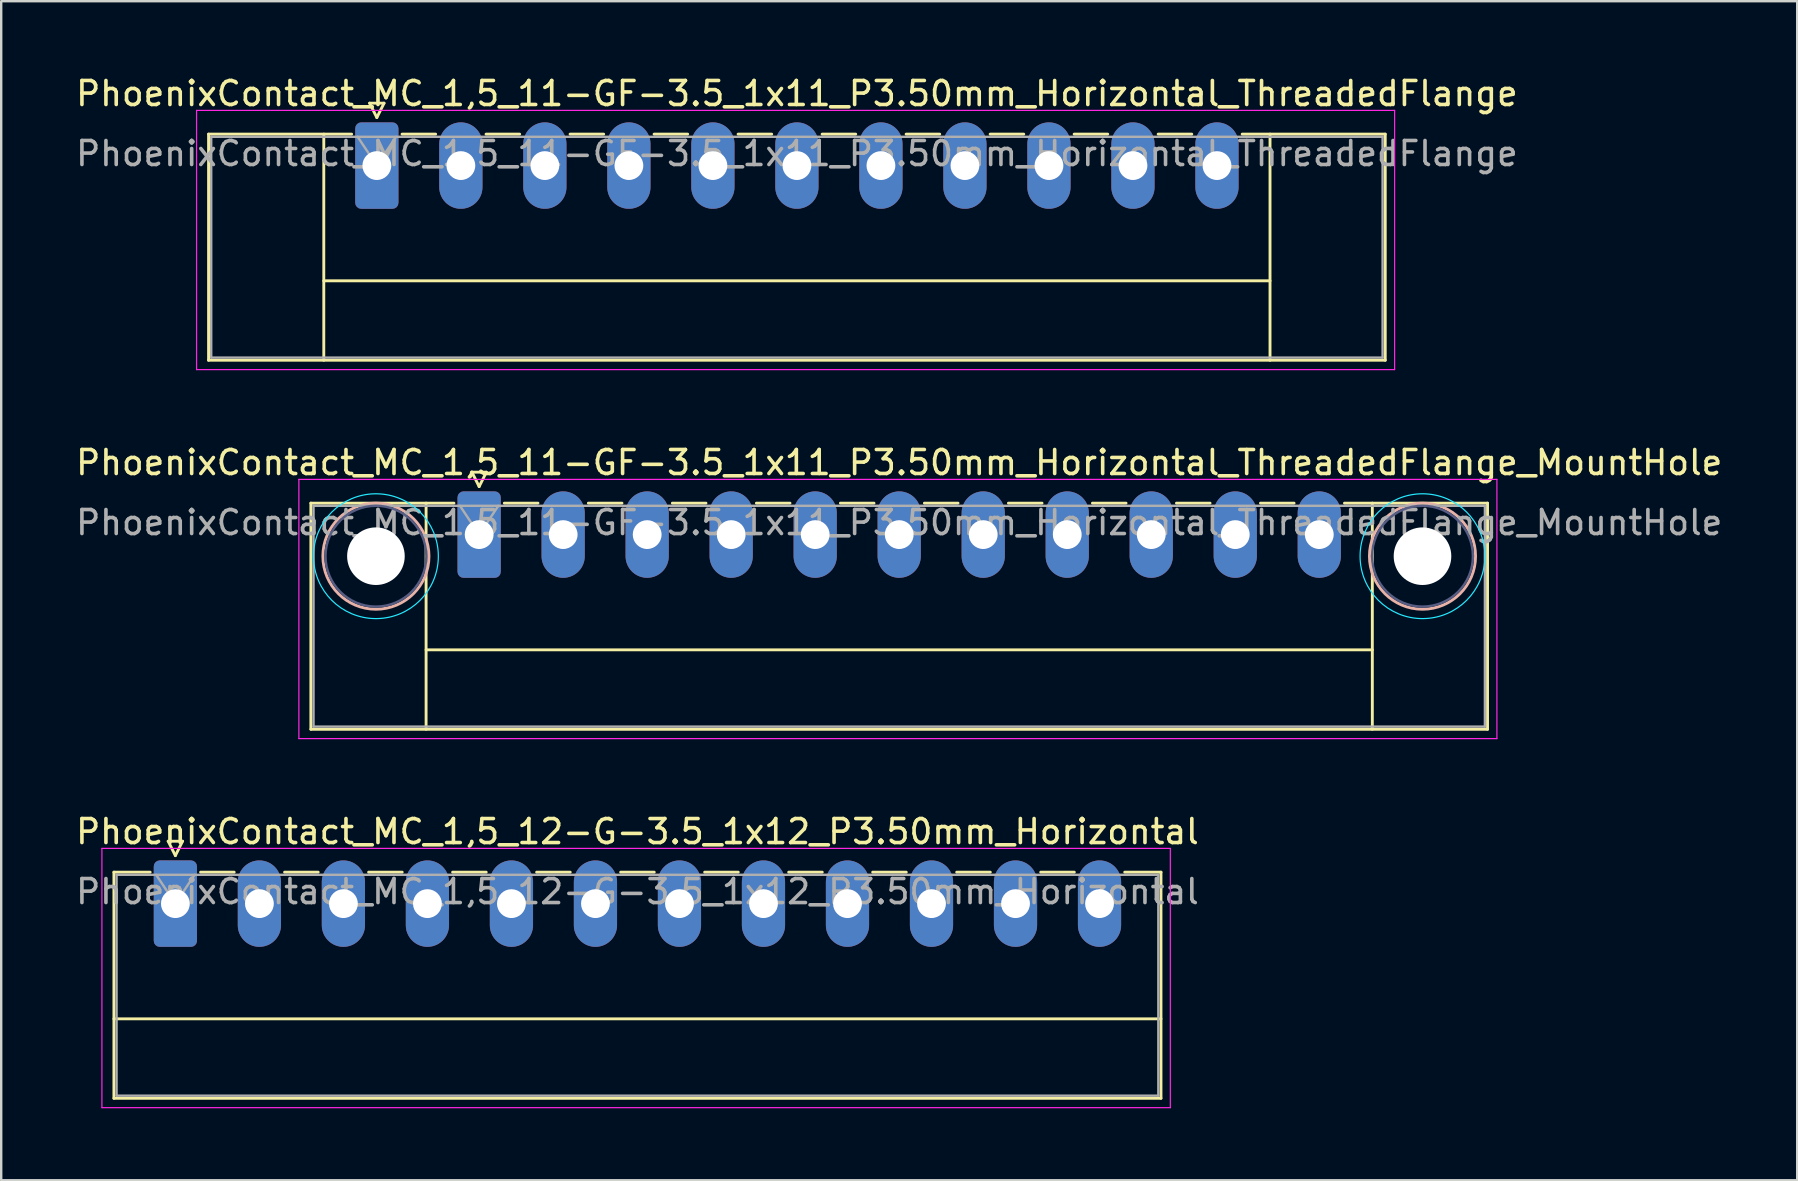
<source format=kicad_pcb>
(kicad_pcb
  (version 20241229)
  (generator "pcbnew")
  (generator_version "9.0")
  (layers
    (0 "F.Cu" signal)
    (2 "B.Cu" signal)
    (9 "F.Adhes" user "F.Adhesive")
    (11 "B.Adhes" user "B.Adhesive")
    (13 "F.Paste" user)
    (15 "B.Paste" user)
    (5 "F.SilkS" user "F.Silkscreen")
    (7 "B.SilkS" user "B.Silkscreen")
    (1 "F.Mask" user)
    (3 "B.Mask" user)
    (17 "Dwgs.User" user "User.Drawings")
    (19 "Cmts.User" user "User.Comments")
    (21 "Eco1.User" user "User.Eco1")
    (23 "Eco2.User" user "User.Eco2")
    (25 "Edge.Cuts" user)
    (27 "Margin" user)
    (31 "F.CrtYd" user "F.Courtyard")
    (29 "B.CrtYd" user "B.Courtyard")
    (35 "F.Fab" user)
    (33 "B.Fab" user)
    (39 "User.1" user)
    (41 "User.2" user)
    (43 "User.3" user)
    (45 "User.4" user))
  (footprint "PhoenixContact_MC_1,5_11-GF-3.5_1x11_P3.50mm_Horizontal_ThreadedFlange_MountHole"
    (layer "F.Cu")
    (at 16.911 19.221)
    (property "Reference" "PhoenixContact_MC_1,5_11-GF-3.5_1x11_P3.50mm_Horizontal_ThreadedFlange_MountHole" (at 17.5 -3 0) (layer "F.SilkS") (effects (font (size 1 1) (thickness 0.15))))
    (attr through_hole)
    (fp_line (start -7.01 -1.31) (end -7.01 8.11) (stroke (width 0.12) (type solid)) (layer "F.SilkS"))
    (fp_line (start -7.01 -1.31) (end -1.05 -1.31) (stroke (width 0.12) (type solid)) (layer "F.SilkS"))
    (fp_line (start -7.01 8.11) (end 42.01 8.11) (stroke (width 0.12) (type solid)) (layer "F.SilkS"))
    (fp_line (start -2.21 -1.31) (end -2.21 8.11) (stroke (width 0.12) (type solid)) (layer "F.SilkS"))
    (fp_line (start -2.21 4.8) (end 37.21 4.8) (stroke (width 0.12) (type solid)) (layer "F.SilkS"))
    (fp_line (start -0.3 -2.6) (end 0.3 -2.6) (stroke (width 0.12) (type solid)) (layer "F.SilkS"))
    (fp_line (start 0 -2) (end -0.3 -2.6) (stroke (width 0.12) (type solid)) (layer "F.SilkS"))
    (fp_line (start 0.3 -2.6) (end 0 -2) (stroke (width 0.12) (type solid)) (layer "F.SilkS"))
    (fp_line (start 1.05 -1.31) (end 2.45 -1.31) (stroke (width 0.12) (type solid)) (layer "F.SilkS"))
    (fp_line (start 4.55 -1.31) (end 5.95 -1.31) (stroke (width 0.12) (type solid)) (layer "F.SilkS"))
    (fp_line (start 8.05 -1.31) (end 9.45 -1.31) (stroke (width 0.12) (type solid)) (layer "F.SilkS"))
    (fp_line (start 11.55 -1.31) (end 12.95 -1.31) (stroke (width 0.12) (type solid)) (layer "F.SilkS"))
    (fp_line (start 15.05 -1.31) (end 16.45 -1.31) (stroke (width 0.12) (type solid)) (layer "F.SilkS"))
    (fp_line (start 18.55 -1.31) (end 19.95 -1.31) (stroke (width 0.12) (type solid)) (layer "F.SilkS"))
    (fp_line (start 22.05 -1.31) (end 23.45 -1.31) (stroke (width 0.12) (type solid)) (layer "F.SilkS"))
    (fp_line (start 25.55 -1.31) (end 26.95 -1.31) (stroke (width 0.12) (type solid)) (layer "F.SilkS"))
    (fp_line (start 29.05 -1.31) (end 30.45 -1.31) (stroke (width 0.12) (type solid)) (layer "F.SilkS"))
    (fp_line (start 32.55 -1.31) (end 33.95 -1.31) (stroke (width 0.12) (type solid)) (layer "F.SilkS"))
    (fp_line (start 37.21 -1.31) (end 37.21 8.11) (stroke (width 0.12) (type solid)) (layer "F.SilkS"))
    (fp_line (start 42.01 -1.31) (end 36.05 -1.31) (stroke (width 0.12) (type solid)) (layer "F.SilkS"))
    (fp_line (start 42.01 8.11) (end 42.01 -1.31) (stroke (width 0.12) (type solid)) (layer "F.SilkS"))
    (fp_circle (center -4.3 0.9) (end -2.09 0.9) (stroke (width 0.12) (type solid)) (fill no) (layer "B.SilkS"))
    (fp_circle (center 39.3 0.9) (end 41.51 0.9) (stroke (width 0.12) (type solid)) (fill no) (layer "B.SilkS"))
    (fp_circle (center -4.3 0.9) (end -1.7 0.9) (stroke (width 0.05) (type solid)) (fill no) (layer "B.CrtYd"))
    (fp_circle (center 39.3 0.9) (end 41.9 0.9) (stroke (width 0.05) (type solid)) (fill no) (layer "B.CrtYd"))
    (fp_line (start -7.51 -2.3) (end -7.51 8.5) (stroke (width 0.05) (type solid)) (layer "F.CrtYd"))
    (fp_line (start -7.51 8.5) (end 42.4 8.5) (stroke (width 0.05) (type solid)) (layer "F.CrtYd"))
    (fp_line (start 42.4 -2.3) (end -7.51 -2.3) (stroke (width 0.05) (type solid)) (layer "F.CrtYd"))
    (fp_line (start 42.4 8.5) (end 42.4 -2.3) (stroke (width 0.05) (type solid)) (layer "F.CrtYd"))
    (fp_circle (center -4.3 0.9) (end -2.2 0.9) (stroke (width 0.1) (type solid)) (fill no) (layer "B.Fab"))
    (fp_circle (center 39.3 0.9) (end 41.4 0.9) (stroke (width 0.1) (type solid)) (fill no) (layer "B.Fab"))
    (fp_line (start -6.9 -1.2) (end -6.9 8) (stroke (width 0.1) (type solid)) (layer "F.Fab"))
    (fp_line (start -6.9 8) (end 41.9 8) (stroke (width 0.1) (type solid)) (layer "F.Fab"))
    (fp_line (start 0 0) (end -0.8 -1.2) (stroke (width 0.1) (type solid)) (layer "F.Fab"))
    (fp_line (start 0.8 -1.2) (end 0 0) (stroke (width 0.1) (type solid)) (layer "F.Fab"))
    (fp_line (start 41.9 -1.2) (end -6.9 -1.2) (stroke (width 0.1) (type solid)) (layer "F.Fab"))
    (fp_line (start 41.9 8) (end 41.9 -1.2) (stroke (width 0.1) (type solid)) (layer "F.Fab"))
    (fp_text user "${REFERENCE}" (at 17.5 -0.5 0) (layer "F.Fab") (effects (font (size 1 1) (thickness 0.15))))
    (pad "" np_thru_hole circle (at -4.3 0.9) (size 2.4 2.4) (drill 2.4) (layers "*.Cu" "*.Mask"))
    (pad "" np_thru_hole circle (at 39.3 0.9) (size 2.4 2.4) (drill 2.4) (layers "*.Cu" "*.Mask"))
    (pad "1" thru_hole roundrect (at 0 0) (size 1.8 3.6) (drill 1.2) (layers "*.Cu" "*.Mask") (roundrect_rratio 0.139))
    (pad "2" thru_hole oval (at 3.5 0) (size 1.8 3.6) (drill 1.2) (layers "*.Cu" "*.Mask"))
    (pad "3" thru_hole oval (at 7 0) (size 1.8 3.6) (drill 1.2) (layers "*.Cu" "*.Mask"))
    (pad "4" thru_hole oval (at 10.5 0) (size 1.8 3.6) (drill 1.2) (layers "*.Cu" "*.Mask"))
    (pad "5" thru_hole oval (at 14 0) (size 1.8 3.6) (drill 1.2) (layers "*.Cu" "*.Mask"))
    (pad "6" thru_hole oval (at 17.5 0) (size 1.8 3.6) (drill 1.2) (layers "*.Cu" "*.Mask"))
    (pad "7" thru_hole oval (at 21 0) (size 1.8 3.6) (drill 1.2) (layers "*.Cu" "*.Mask"))
    (pad "8" thru_hole oval (at 24.5 0) (size 1.8 3.6) (drill 1.2) (layers "*.Cu" "*.Mask"))
    (pad "9" thru_hole oval (at 28 0) (size 1.8 3.6) (drill 1.2) (layers "*.Cu" "*.Mask"))
    (pad "10" thru_hole oval (at 31.5 0) (size 1.8 3.6) (drill 1.2) (layers "*.Cu" "*.Mask"))
    (pad "11" thru_hole oval (at 35 0) (size 1.8 3.6) (drill 1.2) (layers "*.Cu" "*.Mask")))
  (footprint "PhoenixContact_MC_1,5_11-GF-3.5_1x11_P3.50mm_Horizontal_ThreadedFlange"
    (layer "F.Cu")
    (at 12.649 3.848)
    (property "Reference" "PhoenixContact_MC_1,5_11-GF-3.5_1x11_P3.50mm_Horizontal_ThreadedFlange" (at 17.5 -3 0) (layer "F.SilkS") (effects (font (size 1 1) (thickness 0.15))))
    (attr through_hole)
    (fp_line (start -7.01 -1.31) (end -7.01 8.11) (stroke (width 0.12) (type solid)) (layer "F.SilkS"))
    (fp_line (start -7.01 -1.31) (end -1.05 -1.31) (stroke (width 0.12) (type solid)) (layer "F.SilkS"))
    (fp_line (start -7.01 8.11) (end 42.01 8.11) (stroke (width 0.12) (type solid)) (layer "F.SilkS"))
    (fp_line (start -2.21 -1.31) (end -2.21 8.11) (stroke (width 0.12) (type solid)) (layer "F.SilkS"))
    (fp_line (start -2.21 4.8) (end 37.21 4.8) (stroke (width 0.12) (type solid)) (layer "F.SilkS"))
    (fp_line (start -0.3 -2.6) (end 0.3 -2.6) (stroke (width 0.12) (type solid)) (layer "F.SilkS"))
    (fp_line (start 0 -2) (end -0.3 -2.6) (stroke (width 0.12) (type solid)) (layer "F.SilkS"))
    (fp_line (start 0.3 -2.6) (end 0 -2) (stroke (width 0.12) (type solid)) (layer "F.SilkS"))
    (fp_line (start 1.05 -1.31) (end 2.45 -1.31) (stroke (width 0.12) (type solid)) (layer "F.SilkS"))
    (fp_line (start 4.55 -1.31) (end 5.95 -1.31) (stroke (width 0.12) (type solid)) (layer "F.SilkS"))
    (fp_line (start 8.05 -1.31) (end 9.45 -1.31) (stroke (width 0.12) (type solid)) (layer "F.SilkS"))
    (fp_line (start 11.55 -1.31) (end 12.95 -1.31) (stroke (width 0.12) (type solid)) (layer "F.SilkS"))
    (fp_line (start 15.05 -1.31) (end 16.45 -1.31) (stroke (width 0.12) (type solid)) (layer "F.SilkS"))
    (fp_line (start 18.55 -1.31) (end 19.95 -1.31) (stroke (width 0.12) (type solid)) (layer "F.SilkS"))
    (fp_line (start 22.05 -1.31) (end 23.45 -1.31) (stroke (width 0.12) (type solid)) (layer "F.SilkS"))
    (fp_line (start 25.55 -1.31) (end 26.95 -1.31) (stroke (width 0.12) (type solid)) (layer "F.SilkS"))
    (fp_line (start 29.05 -1.31) (end 30.45 -1.31) (stroke (width 0.12) (type solid)) (layer "F.SilkS"))
    (fp_line (start 32.55 -1.31) (end 33.95 -1.31) (stroke (width 0.12) (type solid)) (layer "F.SilkS"))
    (fp_line (start 37.21 -1.31) (end 37.21 8.11) (stroke (width 0.12) (type solid)) (layer "F.SilkS"))
    (fp_line (start 42.01 -1.31) (end 36.05 -1.31) (stroke (width 0.12) (type solid)) (layer "F.SilkS"))
    (fp_line (start 42.01 8.11) (end 42.01 -1.31) (stroke (width 0.12) (type solid)) (layer "F.SilkS"))
    (fp_line (start -7.51 -2.3) (end -7.51 8.5) (stroke (width 0.05) (type solid)) (layer "F.CrtYd"))
    (fp_line (start -7.51 8.5) (end 42.4 8.5) (stroke (width 0.05) (type solid)) (layer "F.CrtYd"))
    (fp_line (start 42.4 -2.3) (end -7.51 -2.3) (stroke (width 0.05) (type solid)) (layer "F.CrtYd"))
    (fp_line (start 42.4 8.5) (end 42.4 -2.3) (stroke (width 0.05) (type solid)) (layer "F.CrtYd"))
    (fp_line (start -6.9 -1.2) (end -6.9 8) (stroke (width 0.1) (type solid)) (layer "F.Fab"))
    (fp_line (start -6.9 8) (end 41.9 8) (stroke (width 0.1) (type solid)) (layer "F.Fab"))
    (fp_line (start 0 0) (end -0.8 -1.2) (stroke (width 0.1) (type solid)) (layer "F.Fab"))
    (fp_line (start 0.8 -1.2) (end 0 0) (stroke (width 0.1) (type solid)) (layer "F.Fab"))
    (fp_line (start 41.9 -1.2) (end -6.9 -1.2) (stroke (width 0.1) (type solid)) (layer "F.Fab"))
    (fp_line (start 41.9 8) (end 41.9 -1.2) (stroke (width 0.1) (type solid)) (layer "F.Fab"))
    (fp_text user "${REFERENCE}" (at 17.5 -0.5 0) (layer "F.Fab") (effects (font (size 1 1) (thickness 0.15))))
    (pad "1" thru_hole roundrect (at 0 0) (size 1.8 3.6) (drill 1.2) (layers "*.Cu" "*.Mask") (roundrect_rratio 0.139))
    (pad "2" thru_hole oval (at 3.5 0) (size 1.8 3.6) (drill 1.2) (layers "*.Cu" "*.Mask"))
    (pad "3" thru_hole oval (at 7 0) (size 1.8 3.6) (drill 1.2) (layers "*.Cu" "*.Mask"))
    (pad "4" thru_hole oval (at 10.5 0) (size 1.8 3.6) (drill 1.2) (layers "*.Cu" "*.Mask"))
    (pad "5" thru_hole oval (at 14 0) (size 1.8 3.6) (drill 1.2) (layers "*.Cu" "*.Mask"))
    (pad "6" thru_hole oval (at 17.5 0) (size 1.8 3.6) (drill 1.2) (layers "*.Cu" "*.Mask"))
    (pad "7" thru_hole oval (at 21 0) (size 1.8 3.6) (drill 1.2) (layers "*.Cu" "*.Mask"))
    (pad "8" thru_hole oval (at 24.5 0) (size 1.8 3.6) (drill 1.2) (layers "*.Cu" "*.Mask"))
    (pad "9" thru_hole oval (at 28 0) (size 1.8 3.6) (drill 1.2) (layers "*.Cu" "*.Mask"))
    (pad "10" thru_hole oval (at 31.5 0) (size 1.8 3.6) (drill 1.2) (layers "*.Cu" "*.Mask"))
    (pad "11" thru_hole oval (at 35 0) (size 1.8 3.6) (drill 1.2) (layers "*.Cu" "*.Mask")))
  (footprint "PhoenixContact_MC_1,5_12-G-3.5_1x12_P3.50mm_Horizontal"
    (layer "F.Cu")
    (at 4.256 34.595)
    (property "Reference" "PhoenixContact_MC_1,5_12-G-3.5_1x12_P3.50mm_Horizontal" (at 19.25 -3 0) (layer "F.SilkS") (effects (font (size 1 1) (thickness 0.15))))
    (attr through_hole)
    (fp_line (start -2.56 -1.31) (end -2.56 8.11) (stroke (width 0.12) (type solid)) (layer "F.SilkS"))
    (fp_line (start -2.56 -1.31) (end -1.05 -1.31) (stroke (width 0.12) (type solid)) (layer "F.SilkS"))
    (fp_line (start -2.56 4.8) (end 41.06 4.8) (stroke (width 0.12) (type solid)) (layer "F.SilkS"))
    (fp_line (start -2.56 8.11) (end 41.06 8.11) (stroke (width 0.12) (type solid)) (layer "F.SilkS"))
    (fp_line (start -0.3 -2.6) (end 0.3 -2.6) (stroke (width 0.12) (type solid)) (layer "F.SilkS"))
    (fp_line (start 0 -2) (end -0.3 -2.6) (stroke (width 0.12) (type solid)) (layer "F.SilkS"))
    (fp_line (start 0.3 -2.6) (end 0 -2) (stroke (width 0.12) (type solid)) (layer "F.SilkS"))
    (fp_line (start 1.05 -1.31) (end 2.45 -1.31) (stroke (width 0.12) (type solid)) (layer "F.SilkS"))
    (fp_line (start 4.55 -1.31) (end 5.95 -1.31) (stroke (width 0.12) (type solid)) (layer "F.SilkS"))
    (fp_line (start 8.05 -1.31) (end 9.45 -1.31) (stroke (width 0.12) (type solid)) (layer "F.SilkS"))
    (fp_line (start 11.55 -1.31) (end 12.95 -1.31) (stroke (width 0.12) (type solid)) (layer "F.SilkS"))
    (fp_line (start 15.05 -1.31) (end 16.45 -1.31) (stroke (width 0.12) (type solid)) (layer "F.SilkS"))
    (fp_line (start 18.55 -1.31) (end 19.95 -1.31) (stroke (width 0.12) (type solid)) (layer "F.SilkS"))
    (fp_line (start 22.05 -1.31) (end 23.45 -1.31) (stroke (width 0.12) (type solid)) (layer "F.SilkS"))
    (fp_line (start 25.55 -1.31) (end 26.95 -1.31) (stroke (width 0.12) (type solid)) (layer "F.SilkS"))
    (fp_line (start 29.05 -1.31) (end 30.45 -1.31) (stroke (width 0.12) (type solid)) (layer "F.SilkS"))
    (fp_line (start 32.55 -1.31) (end 33.95 -1.31) (stroke (width 0.12) (type solid)) (layer "F.SilkS"))
    (fp_line (start 36.05 -1.31) (end 37.45 -1.31) (stroke (width 0.12) (type solid)) (layer "F.SilkS"))
    (fp_line (start 41.06 -1.31) (end 39.55 -1.31) (stroke (width 0.12) (type solid)) (layer "F.SilkS"))
    (fp_line (start 41.06 8.11) (end 41.06 -1.31) (stroke (width 0.12) (type solid)) (layer "F.SilkS"))
    (fp_line (start -3.06 -2.3) (end -3.06 8.5) (stroke (width 0.05) (type solid)) (layer "F.CrtYd"))
    (fp_line (start -3.06 8.5) (end 41.45 8.5) (stroke (width 0.05) (type solid)) (layer "F.CrtYd"))
    (fp_line (start 41.45 -2.3) (end -3.06 -2.3) (stroke (width 0.05) (type solid)) (layer "F.CrtYd"))
    (fp_line (start 41.45 8.5) (end 41.45 -2.3) (stroke (width 0.05) (type solid)) (layer "F.CrtYd"))
    (fp_line (start -2.45 -1.2) (end -2.45 8) (stroke (width 0.1) (type solid)) (layer "F.Fab"))
    (fp_line (start -2.45 8) (end 40.95 8) (stroke (width 0.1) (type solid)) (layer "F.Fab"))
    (fp_line (start 0 0) (end -0.8 -1.2) (stroke (width 0.1) (type solid)) (layer "F.Fab"))
    (fp_line (start 0.8 -1.2) (end 0 0) (stroke (width 0.1) (type solid)) (layer "F.Fab"))
    (fp_line (start 40.95 -1.2) (end -2.45 -1.2) (stroke (width 0.1) (type solid)) (layer "F.Fab"))
    (fp_line (start 40.95 8) (end 40.95 -1.2) (stroke (width 0.1) (type solid)) (layer "F.Fab"))
    (fp_text user "${REFERENCE}" (at 19.25 -0.5 0) (layer "F.Fab") (effects (font (size 1 1) (thickness 0.15))))
    (pad "1" thru_hole roundrect (at 0 0) (size 1.8 3.6) (drill 1.2) (layers "*.Cu" "*.Mask") (roundrect_rratio 0.139))
    (pad "2" thru_hole oval (at 3.5 0) (size 1.8 3.6) (drill 1.2) (layers "*.Cu" "*.Mask"))
    (pad "3" thru_hole oval (at 7 0) (size 1.8 3.6) (drill 1.2) (layers "*.Cu" "*.Mask"))
    (pad "4" thru_hole oval (at 10.5 0) (size 1.8 3.6) (drill 1.2) (layers "*.Cu" "*.Mask"))
    (pad "5" thru_hole oval (at 14 0) (size 1.8 3.6) (drill 1.2) (layers "*.Cu" "*.Mask"))
    (pad "6" thru_hole oval (at 17.5 0) (size 1.8 3.6) (drill 1.2) (layers "*.Cu" "*.Mask"))
    (pad "7" thru_hole oval (at 21 0) (size 1.8 3.6) (drill 1.2) (layers "*.Cu" "*.Mask"))
    (pad "8" thru_hole oval (at 24.5 0) (size 1.8 3.6) (drill 1.2) (layers "*.Cu" "*.Mask"))
    (pad "9" thru_hole oval (at 28 0) (size 1.8 3.6) (drill 1.2) (layers "*.Cu" "*.Mask"))
    (pad "10" thru_hole oval (at 31.5 0) (size 1.8 3.6) (drill 1.2) (layers "*.Cu" "*.Mask"))
    (pad "11" thru_hole oval (at 35 0) (size 1.8 3.6) (drill 1.2) (layers "*.Cu" "*.Mask"))
    (pad "12" thru_hole oval (at 38.5 0) (size 1.8 3.6) (drill 1.2) (layers "*.Cu" "*.Mask")))
  (gr_rect
    (start -3 -3)
    (end 71.821 46.12)
    (stroke (width 0.1) (type default))
    (fill no)
    (layer "Edge.Cuts")))
</source>
